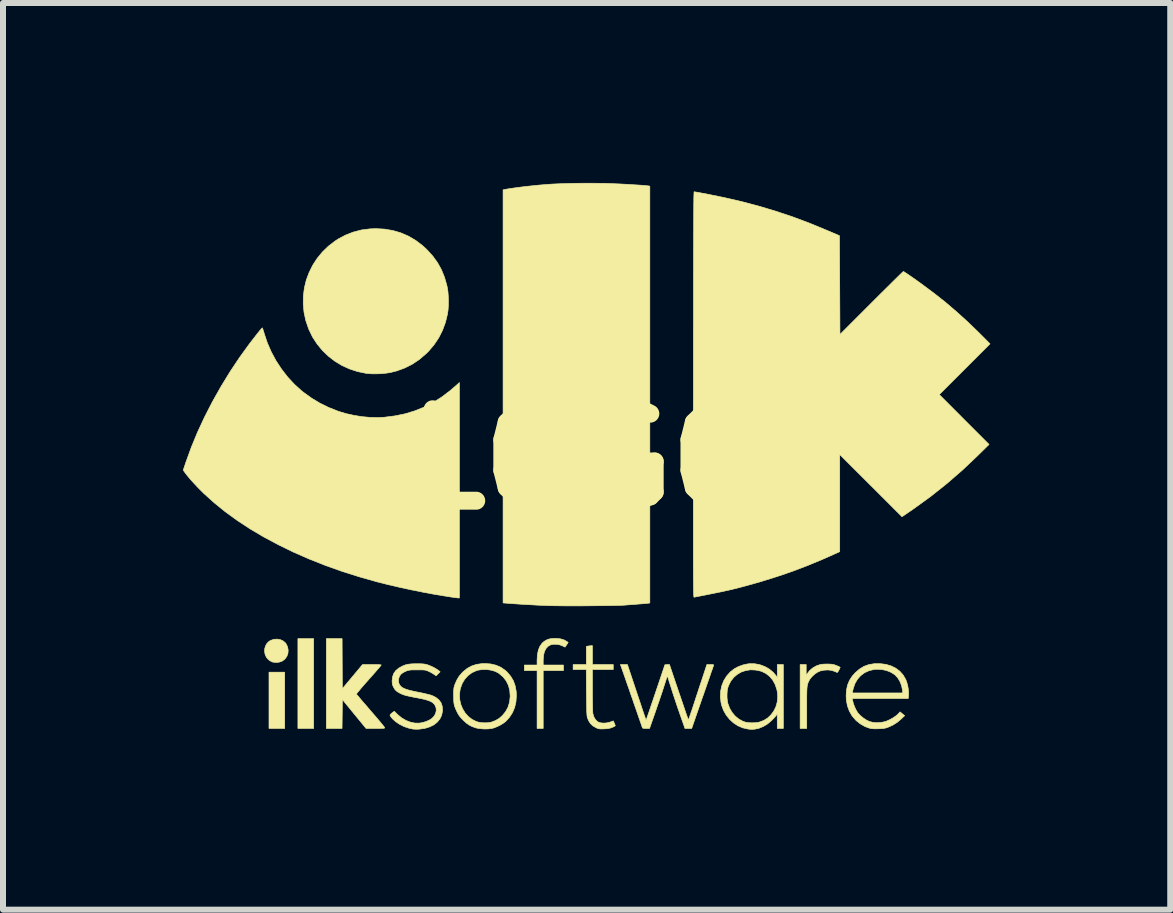
<source format=kicad_pcb>
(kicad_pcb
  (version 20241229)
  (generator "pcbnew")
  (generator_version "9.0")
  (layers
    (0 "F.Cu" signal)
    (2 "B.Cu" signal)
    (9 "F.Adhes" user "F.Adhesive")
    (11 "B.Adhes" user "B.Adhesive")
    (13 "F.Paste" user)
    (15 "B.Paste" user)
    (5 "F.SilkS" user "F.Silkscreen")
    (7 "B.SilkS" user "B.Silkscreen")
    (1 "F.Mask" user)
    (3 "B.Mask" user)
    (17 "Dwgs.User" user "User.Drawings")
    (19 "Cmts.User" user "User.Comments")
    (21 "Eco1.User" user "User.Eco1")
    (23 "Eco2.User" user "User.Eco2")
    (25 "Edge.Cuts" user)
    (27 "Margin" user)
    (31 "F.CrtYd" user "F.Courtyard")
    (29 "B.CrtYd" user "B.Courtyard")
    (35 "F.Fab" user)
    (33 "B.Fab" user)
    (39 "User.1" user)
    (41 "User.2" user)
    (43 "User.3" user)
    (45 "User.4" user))
  (footprint "LOGO"
    (layer "F.Cu")
    (at 6.777 4.609)
    (property "Reference" "LOGO" (at 0 0 0) (layer "F.SilkS") (effects (font (size 1.524 1.524) (thickness 0.3))))
    (attr through_hole)
    (fp_poly (pts (xy -5.08 4.487) (xy -5.342 4.487) (xy -5.342 3.548) (xy -5.08 3.548) (xy -5.08 4.487)) (stroke (width 0.01) (type solid)) (fill yes) (layer "F.SilkS"))
    (fp_poly (pts (xy -4.597 4.487) (xy -4.86 4.487) (xy -4.86 2.989) (xy -4.597 2.989) (xy -4.597 4.487)) (stroke (width 0.01) (type solid)) (fill yes) (layer "F.SilkS"))
    (fp_poly (pts (xy -5.156 3.005) (xy -5.109 3.026) (xy -5.07 3.058) (xy -5.055 3.078) (xy -5.031 3.13) (xy -5.022 3.183) (xy -5.026 3.236) (xy -5.044 3.285) (xy -5.074 3.327) (xy -5.115 3.36) (xy -5.124 3.365) (xy -5.174 3.382) (xy -5.228 3.387) (xy -5.28 3.38) (xy -5.304 3.371) (xy -5.349 3.342) (xy -5.383 3.304) (xy -5.405 3.259) (xy -5.415 3.211) (xy -5.414 3.161) (xy -5.401 3.113) (xy -5.377 3.07) (xy -5.341 3.034) (xy -5.314 3.019) (xy -5.263 3.001) (xy -5.209 2.997) (xy -5.156 3.005)) (stroke (width 0.01) (type solid)) (fill yes) (layer "F.SilkS"))
    (fp_poly (pts (xy -0.563 2.985) (xy -0.489 2.991) (xy -0.426 3.009) (xy -0.375 3.037) (xy -0.373 3.038) (xy -0.353 3.054) (xy -0.379 3.092) (xy -0.406 3.131) (xy -0.451 3.109) (xy -0.494 3.093) (xy -0.543 3.084) (xy -0.592 3.083) (xy -0.634 3.089) (xy -0.639 3.09) (xy -0.685 3.114) (xy -0.721 3.151) (xy -0.748 3.202) (xy -0.764 3.266) (xy -0.77 3.344) (xy -0.77 3.355) (xy -0.77 3.429) (xy -0.432 3.429) (xy -0.432 3.522) (xy -0.77 3.522) (xy -0.77 4.487) (xy -0.872 4.487) (xy -0.872 3.522) (xy -1.084 3.522) (xy -1.084 3.429) (xy -0.872 3.429) (xy -0.872 3.348) (xy -0.867 3.259) (xy -0.851 3.181) (xy -0.825 3.117) (xy -0.788 3.065) (xy -0.755 3.036) (xy -0.716 3.012) (xy -0.674 2.996) (xy -0.625 2.987) (xy -0.565 2.985) (xy -0.563 2.985)) (stroke (width 0.01) (type solid)) (fill yes) (layer "F.SilkS"))
    (fp_poly (pts (xy 3.993 3.413) (xy 4.04 3.416) (xy 4.077 3.423) (xy 4.082 3.424) (xy 4.109 3.434) (xy 4.138 3.445) (xy 4.164 3.457) (xy 4.18 3.467) (xy 4.181 3.467) (xy 4.179 3.475) (xy 4.171 3.493) (xy 4.16 3.515) (xy 4.148 3.536) (xy 4.142 3.546) (xy 4.134 3.552) (xy 4.121 3.55) (xy 4.1 3.54) (xy 4.042 3.519) (xy 3.976 3.511) (xy 3.906 3.516) (xy 3.847 3.529) (xy 3.804 3.549) (xy 3.759 3.579) (xy 3.716 3.618) (xy 3.681 3.659) (xy 3.665 3.686) (xy 3.655 3.705) (xy 3.647 3.724) (xy 3.64 3.743) (xy 3.635 3.764) (xy 3.631 3.79) (xy 3.628 3.822) (xy 3.626 3.861) (xy 3.625 3.91) (xy 3.624 3.97) (xy 3.624 4.044) (xy 3.624 4.132) (xy 3.624 4.142) (xy 3.624 4.487) (xy 3.514 4.487) (xy 3.514 3.421) (xy 3.615 3.421) (xy 3.615 3.512) (xy 3.615 3.603) (xy 3.633 3.573) (xy 3.672 3.522) (xy 3.724 3.478) (xy 3.783 3.444) (xy 3.846 3.422) (xy 3.851 3.421) (xy 3.892 3.415) (xy 3.942 3.413) (xy 3.993 3.413)) (stroke (width 0.01) (type solid)) (fill yes) (layer "F.SilkS"))
    (fp_poly (pts (xy -4.121 3.406) (xy -4.119 3.824) (xy -3.95 3.622) (xy -3.782 3.421) (xy -3.626 3.421) (xy -3.563 3.421) (xy -3.516 3.422) (xy -3.486 3.425) (xy -3.472 3.428) (xy -3.471 3.43) (xy -3.477 3.438) (xy -3.492 3.457) (xy -3.517 3.486) (xy -3.549 3.523) (xy -3.587 3.567) (xy -3.63 3.616) (xy -3.678 3.669) (xy -3.679 3.671) (xy -3.727 3.725) (xy -3.77 3.774) (xy -3.808 3.818) (xy -3.839 3.856) (xy -3.863 3.885) (xy -3.879 3.905) (xy -3.884 3.914) (xy -3.884 3.914) (xy -3.877 3.923) (xy -3.861 3.942) (xy -3.836 3.972) (xy -3.804 4.01) (xy -3.765 4.056) (xy -3.72 4.107) (xy -3.672 4.163) (xy -3.646 4.194) (xy -3.596 4.251) (xy -3.55 4.305) (xy -3.508 4.354) (xy -3.473 4.397) (xy -3.444 4.432) (xy -3.424 4.457) (xy -3.414 4.472) (xy -3.412 4.475) (xy -3.414 4.479) (xy -3.423 4.483) (xy -3.44 4.485) (xy -3.468 4.486) (xy -3.507 4.487) (xy -3.562 4.487) (xy -3.567 4.487) (xy -3.723 4.487) (xy -3.921 4.246) (xy -4.119 4.004) (xy -4.121 4.246) (xy -4.124 4.487) (xy -4.386 4.487) (xy -4.386 2.989) (xy -4.123 2.989) (xy -4.121 3.406)) (stroke (width 0.01) (type solid)) (fill yes) (layer "F.SilkS"))
    (fp_poly (pts (xy 0.051 3.421) (xy 0.398 3.421) (xy 0.398 3.505) (xy 0.051 3.505) (xy 0.051 3.851) (xy 0.051 3.934) (xy 0.052 4.01) (xy 0.053 4.079) (xy 0.054 4.139) (xy 0.055 4.187) (xy 0.057 4.222) (xy 0.059 4.242) (xy 0.059 4.243) (xy 0.075 4.294) (xy 0.1 4.337) (xy 0.132 4.37) (xy 0.148 4.38) (xy 0.188 4.393) (xy 0.237 4.398) (xy 0.29 4.394) (xy 0.341 4.382) (xy 0.35 4.379) (xy 0.399 4.361) (xy 0.415 4.397) (xy 0.425 4.42) (xy 0.431 4.437) (xy 0.432 4.441) (xy 0.424 4.448) (xy 0.405 4.459) (xy 0.379 4.47) (xy 0.344 4.482) (xy 0.308 4.489) (xy 0.264 4.493) (xy 0.241 4.494) (xy 0.201 4.495) (xy 0.172 4.494) (xy 0.15 4.49) (xy 0.129 4.483) (xy 0.11 4.474) (xy 0.057 4.443) (xy 0.017 4.405) (xy -0.014 4.356) (xy -0.031 4.313) (xy -0.035 4.301) (xy -0.038 4.286) (xy -0.04 4.267) (xy -0.042 4.241) (xy -0.044 4.208) (xy -0.045 4.165) (xy -0.046 4.112) (xy -0.047 4.046) (xy -0.048 3.966) (xy -0.049 3.888) (xy -0.052 3.505) (xy -0.271 3.505) (xy -0.271 3.421) (xy -0.051 3.421) (xy -0.051 3.118) (xy -0.019 3.113) (xy 0.007 3.109) (xy 0.03 3.107) (xy 0.032 3.107) (xy 0.051 3.107) (xy 0.051 3.421)) (stroke (width 0.01) (type solid)) (fill yes) (layer "F.SilkS"))
    (fp_poly (pts (xy -3.415 -3.839) (xy -3.275 -3.815) (xy -3.142 -3.776) (xy -3.015 -3.721) (xy -2.895 -3.65) (xy -2.781 -3.564) (xy -2.705 -3.493) (xy -2.611 -3.389) (xy -2.532 -3.28) (xy -2.467 -3.163) (xy -2.416 -3.038) (xy -2.377 -2.902) (xy -2.37 -2.87) (xy -2.359 -2.805) (xy -2.353 -2.728) (xy -2.35 -2.647) (xy -2.351 -2.566) (xy -2.356 -2.491) (xy -2.365 -2.426) (xy -2.365 -2.426) (xy -2.4 -2.283) (xy -2.449 -2.151) (xy -2.511 -2.028) (xy -2.587 -1.914) (xy -2.678 -1.806) (xy -2.728 -1.757) (xy -2.836 -1.665) (xy -2.954 -1.586) (xy -3.08 -1.523) (xy -3.214 -1.474) (xy -3.322 -1.447) (xy -3.389 -1.437) (xy -3.466 -1.429) (xy -3.546 -1.426) (xy -3.624 -1.426) (xy -3.695 -1.431) (xy -3.721 -1.434) (xy -3.862 -1.463) (xy -3.996 -1.506) (xy -4.124 -1.564) (xy -4.243 -1.636) (xy -4.352 -1.72) (xy -4.451 -1.815) (xy -4.539 -1.922) (xy -4.615 -2.038) (xy -4.676 -2.164) (xy -4.683 -2.181) (xy -4.729 -2.316) (xy -4.758 -2.452) (xy -4.771 -2.589) (xy -4.769 -2.725) (xy -4.752 -2.859) (xy -4.72 -2.99) (xy -4.673 -3.116) (xy -4.613 -3.237) (xy -4.539 -3.351) (xy -4.452 -3.457) (xy -4.352 -3.554) (xy -4.24 -3.64) (xy -4.187 -3.675) (xy -4.064 -3.74) (xy -3.935 -3.79) (xy -3.8 -3.825) (xy -3.659 -3.843) (xy -3.56 -3.847) (xy -3.415 -3.839)) (stroke (width 0.01) (type solid)) (fill yes) (layer "F.SilkS"))
    (fp_poly (pts (xy 0.148 -4.603) (xy 0.253 -4.602) (xy 0.348 -4.599) (xy 0.363 -4.598) (xy 0.433 -4.595) (xy 0.507 -4.592) (xy 0.582 -4.588) (xy 0.658 -4.584) (xy 0.731 -4.579) (xy 0.799 -4.575) (xy 0.86 -4.571) (xy 0.912 -4.567) (xy 0.953 -4.563) (xy 0.98 -4.56) (xy 0.988 -4.559) (xy 1.008 -4.555) (xy 1.008 2.395) (xy 0.976 2.399) (xy 0.965 2.401) (xy 0.951 2.402) (xy 0.932 2.404) (xy 0.906 2.406) (xy 0.872 2.409) (xy 0.828 2.412) (xy 0.773 2.417) (xy 0.705 2.422) (xy 0.621 2.428) (xy 0.588 2.431) (xy 0.552 2.433) (xy 0.5 2.435) (xy 0.436 2.436) (xy 0.36 2.438) (xy 0.276 2.439) (xy 0.184 2.44) (xy 0.087 2.441) (xy -0.013 2.442) (xy -0.114 2.443) (xy -0.215 2.443) (xy -0.312 2.443) (xy -0.405 2.443) (xy -0.492 2.442) (xy -0.569 2.441) (xy -0.636 2.44) (xy -0.691 2.439) (xy -0.699 2.438) (xy -0.768 2.435) (xy -0.848 2.432) (xy -0.936 2.427) (xy -1.028 2.422) (xy -1.119 2.417) (xy -1.206 2.411) (xy -1.285 2.406) (xy -1.352 2.401) (xy -1.374 2.399) (xy -1.439 2.394) (xy -1.439 -4.494) (xy -1.416 -4.499) (xy -1.366 -4.508) (xy -1.302 -4.518) (xy -1.226 -4.529) (xy -1.141 -4.54) (xy -1.05 -4.551) (xy -0.956 -4.561) (xy -0.86 -4.571) (xy -0.765 -4.579) (xy -0.694 -4.585) (xy -0.617 -4.59) (xy -0.525 -4.594) (xy -0.423 -4.598) (xy -0.313 -4.601) (xy -0.197 -4.603) (xy -0.08 -4.604) (xy 0.036 -4.604) (xy 0.148 -4.603)) (stroke (width 0.01) (type solid)) (fill yes) (layer "F.SilkS"))
    (fp_poly (pts (xy -5.45 -2.185) (xy -5.442 -2.164) (xy -5.432 -2.133) (xy -5.421 -2.096) (xy -5.421 -2.096) (xy -5.37 -1.943) (xy -5.304 -1.792) (xy -5.225 -1.645) (xy -5.133 -1.505) (xy -5.031 -1.373) (xy -4.919 -1.252) (xy -4.8 -1.144) (xy -4.767 -1.118) (xy -4.631 -1.02) (xy -4.493 -0.937) (xy -4.349 -0.866) (xy -4.195 -0.805) (xy -4.181 -0.8) (xy -4.059 -0.763) (xy -3.927 -0.734) (xy -3.792 -0.712) (xy -3.657 -0.7) (xy -3.527 -0.697) (xy -3.421 -0.702) (xy -3.241 -0.725) (xy -3.071 -0.76) (xy -2.91 -0.809) (xy -2.755 -0.871) (xy -2.606 -0.948) (xy -2.461 -1.04) (xy -2.319 -1.148) (xy -2.22 -1.233) (xy -2.167 -1.281) (xy -2.167 2.311) (xy -2.191 2.311) (xy -2.206 2.309) (xy -2.236 2.305) (xy -2.275 2.3) (xy -2.322 2.293) (xy -2.366 2.286) (xy -2.558 2.255) (xy -2.759 2.218) (xy -2.964 2.177) (xy -3.167 2.133) (xy -3.364 2.087) (xy -3.535 2.044) (xy -3.832 1.96) (xy -4.121 1.869) (xy -4.402 1.769) (xy -4.674 1.661) (xy -4.936 1.546) (xy -5.188 1.423) (xy -5.428 1.295) (xy -5.656 1.16) (xy -5.871 1.019) (xy -6.072 0.873) (xy -6.258 0.722) (xy -6.43 0.567) (xy -6.524 0.473) (xy -6.594 0.398) (xy -6.654 0.332) (xy -6.703 0.273) (xy -6.738 0.228) (xy -6.772 0.18) (xy -6.727 0.046) (xy -6.637 -0.202) (xy -6.533 -0.454) (xy -6.415 -0.708) (xy -6.285 -0.961) (xy -6.143 -1.213) (xy -5.992 -1.46) (xy -5.832 -1.7) (xy -5.664 -1.932) (xy -5.552 -2.076) (xy -5.522 -2.114) (xy -5.495 -2.147) (xy -5.474 -2.172) (xy -5.459 -2.188) (xy -5.454 -2.193) (xy -5.45 -2.185)) (stroke (width 0.01) (type solid)) (fill yes) (layer "F.SilkS"))
    (fp_poly (pts (xy 2.759 3.408) (xy 2.843 3.424) (xy 2.924 3.454) (xy 2.999 3.496) (xy 3.064 3.55) (xy 3.109 3.602) (xy 3.133 3.635) (xy 3.133 3.421) (xy 3.234 3.421) (xy 3.234 4.487) (xy 3.133 4.487) (xy 3.132 4.246) (xy 3.114 4.271) (xy 3.1 4.288) (xy 3.078 4.313) (xy 3.051 4.341) (xy 3.034 4.358) (xy 2.97 4.412) (xy 2.9 4.454) (xy 2.827 4.484) (xy 2.777 4.495) (xy 2.746 4.5) (xy 2.722 4.502) (xy 2.699 4.502) (xy 2.671 4.5) (xy 2.637 4.495) (xy 2.554 4.476) (xy 2.474 4.441) (xy 2.401 4.393) (xy 2.336 4.333) (xy 2.281 4.264) (xy 2.236 4.185) (xy 2.205 4.1) (xy 2.194 4.052) (xy 2.184 3.954) (xy 2.186 3.911) (xy 2.295 3.911) (xy 2.295 3.971) (xy 2.301 4.028) (xy 2.31 4.073) (xy 2.339 4.15) (xy 2.38 4.22) (xy 2.431 4.28) (xy 2.491 4.33) (xy 2.557 4.366) (xy 2.599 4.381) (xy 2.65 4.39) (xy 2.708 4.393) (xy 2.768 4.391) (xy 2.821 4.384) (xy 2.832 4.381) (xy 2.906 4.354) (xy 2.972 4.313) (xy 3.028 4.26) (xy 3.074 4.197) (xy 3.109 4.127) (xy 3.131 4.05) (xy 3.14 3.968) (xy 3.135 3.884) (xy 3.124 3.832) (xy 3.096 3.751) (xy 3.056 3.679) (xy 3.005 3.619) (xy 2.944 3.571) (xy 2.876 3.537) (xy 2.858 3.531) (xy 2.772 3.513) (xy 2.688 3.509) (xy 2.608 3.521) (xy 2.533 3.546) (xy 2.466 3.585) (xy 2.407 3.635) (xy 2.358 3.698) (xy 2.321 3.771) (xy 2.308 3.809) (xy 2.299 3.855) (xy 2.295 3.911) (xy 2.186 3.911) (xy 2.189 3.86) (xy 2.209 3.77) (xy 2.243 3.686) (xy 2.291 3.61) (xy 2.351 3.543) (xy 2.421 3.489) (xy 2.486 3.455) (xy 2.56 3.428) (xy 2.637 3.411) (xy 2.673 3.407) (xy 2.759 3.408)) (stroke (width 0.01) (type solid)) (fill yes) (layer "F.SilkS"))
    (fp_poly (pts (xy 4.943 3.418) (xy 5.031 3.444) (xy 5.108 3.482) (xy 5.176 3.533) (xy 5.231 3.595) (xy 5.275 3.67) (xy 5.276 3.673) (xy 5.293 3.719) (xy 5.308 3.775) (xy 5.318 3.833) (xy 5.323 3.889) (xy 5.322 3.935) (xy 5.322 3.94) (xy 5.316 3.988) (xy 4.384 3.988) (xy 4.39 4.024) (xy 4.402 4.072) (xy 4.422 4.126) (xy 4.447 4.179) (xy 4.474 4.223) (xy 4.478 4.229) (xy 4.517 4.271) (xy 4.567 4.312) (xy 4.621 4.348) (xy 4.671 4.371) (xy 4.728 4.386) (xy 4.793 4.391) (xy 4.861 4.387) (xy 4.926 4.374) (xy 4.953 4.365) (xy 5.003 4.343) (xy 5.055 4.315) (xy 5.102 4.284) (xy 5.14 4.253) (xy 5.154 4.238) (xy 5.18 4.21) (xy 5.257 4.274) (xy 5.204 4.324) (xy 5.133 4.385) (xy 5.057 4.432) (xy 4.989 4.463) (xy 4.958 4.475) (xy 4.93 4.482) (xy 4.901 4.487) (xy 4.865 4.49) (xy 4.822 4.492) (xy 4.754 4.493) (xy 4.701 4.489) (xy 4.675 4.484) (xy 4.595 4.455) (xy 4.519 4.412) (xy 4.449 4.356) (xy 4.442 4.349) (xy 4.38 4.277) (xy 4.334 4.197) (xy 4.302 4.109) (xy 4.284 4.013) (xy 4.281 3.941) (xy 4.284 3.895) (xy 4.384 3.895) (xy 5.226 3.895) (xy 5.22 3.846) (xy 5.205 3.772) (xy 5.178 3.704) (xy 5.142 3.644) (xy 5.098 3.596) (xy 5.086 3.587) (xy 5.023 3.548) (xy 4.951 3.52) (xy 4.872 3.504) (xy 4.793 3.5) (xy 4.745 3.504) (xy 4.662 3.524) (xy 4.588 3.558) (xy 4.524 3.606) (xy 4.471 3.665) (xy 4.429 3.737) (xy 4.4 3.82) (xy 4.39 3.864) (xy 4.384 3.895) (xy 4.284 3.895) (xy 4.287 3.847) (xy 4.305 3.762) (xy 4.337 3.685) (xy 4.383 3.614) (xy 4.436 3.555) (xy 4.505 3.496) (xy 4.579 3.451) (xy 4.66 3.422) (xy 4.749 3.407) (xy 4.846 3.406) (xy 4.943 3.418)) (stroke (width 0.01) (type solid)) (fill yes) (layer "F.SilkS"))
    (fp_poly (pts (xy -1.646 3.411) (xy -1.557 3.432) (xy -1.476 3.467) (xy -1.403 3.518) (xy -1.371 3.547) (xy -1.312 3.617) (xy -1.267 3.692) (xy -1.237 3.776) (xy -1.22 3.868) (xy -1.217 3.941) (xy -1.224 4.043) (xy -1.246 4.138) (xy -1.283 4.225) (xy -1.333 4.302) (xy -1.396 4.371) (xy -1.403 4.376) (xy -1.441 4.404) (xy -1.489 4.433) (xy -1.541 4.458) (xy -1.591 4.477) (xy -1.624 4.487) (xy -1.682 4.494) (xy -1.748 4.496) (xy -1.814 4.491) (xy -1.874 4.482) (xy -1.897 4.476) (xy -1.953 4.456) (xy -2.001 4.432) (xy -2.048 4.4) (xy -2.096 4.357) (xy -2.109 4.344) (xy -2.145 4.306) (xy -2.172 4.272) (xy -2.194 4.235) (xy -2.208 4.208) (xy -2.229 4.163) (xy -2.244 4.125) (xy -2.254 4.09) (xy -2.26 4.053) (xy -2.263 4.01) (xy -2.264 3.955) (xy -2.264 3.937) (xy -2.264 3.927) (xy -2.166 3.927) (xy -2.161 4.009) (xy -2.143 4.088) (xy -2.112 4.162) (xy -2.07 4.23) (xy -2.018 4.288) (xy -1.957 4.335) (xy -1.888 4.37) (xy -1.853 4.381) (xy -1.803 4.39) (xy -1.745 4.393) (xy -1.688 4.391) (xy -1.639 4.382) (xy -1.633 4.381) (xy -1.566 4.355) (xy -1.507 4.321) (xy -1.452 4.273) (xy -1.45 4.271) (xy -1.396 4.205) (xy -1.356 4.131) (xy -1.331 4.048) (xy -1.321 3.958) (xy -1.321 3.941) (xy -1.328 3.851) (xy -1.35 3.768) (xy -1.387 3.694) (xy -1.438 3.628) (xy -1.504 3.572) (xy -1.516 3.563) (xy -1.57 3.535) (xy -1.635 3.516) (xy -1.705 3.505) (xy -1.777 3.504) (xy -1.845 3.513) (xy -1.881 3.522) (xy -1.956 3.556) (xy -2.022 3.604) (xy -2.076 3.663) (xy -2.119 3.734) (xy -2.149 3.815) (xy -2.156 3.844) (xy -2.166 3.927) (xy -2.264 3.927) (xy -2.264 3.887) (xy -2.263 3.849) (xy -2.26 3.821) (xy -2.256 3.796) (xy -2.249 3.772) (xy -2.242 3.752) (xy -2.21 3.679) (xy -2.172 3.616) (xy -2.122 3.558) (xy -2.104 3.54) (xy -2.036 3.485) (xy -1.963 3.445) (xy -1.884 3.419) (xy -1.795 3.406) (xy -1.743 3.404) (xy -1.646 3.411)) (stroke (width 0.01) (type solid)) (fill yes) (layer "F.SilkS"))
    (fp_poly (pts (xy 1.491 3.882) (xy 1.52 3.966) (xy 1.547 4.045) (xy 1.572 4.119) (xy 1.594 4.184) (xy 1.613 4.24) (xy 1.629 4.285) (xy 1.641 4.318) (xy 1.649 4.338) (xy 1.651 4.343) (xy 1.655 4.336) (xy 1.663 4.314) (xy 1.675 4.281) (xy 1.689 4.239) (xy 1.706 4.191) (xy 1.712 4.172) (xy 1.729 4.121) (xy 1.75 4.057) (xy 1.773 3.985) (xy 1.799 3.907) (xy 1.825 3.827) (xy 1.851 3.748) (xy 1.864 3.711) (xy 1.959 3.421) (xy 2.018 3.421) (xy 2.05 3.421) (xy 2.068 3.424) (xy 2.073 3.43) (xy 2.072 3.431) (xy 2.069 3.441) (xy 2.061 3.465) (xy 2.048 3.503) (xy 2.03 3.552) (xy 2.01 3.612) (xy 1.986 3.681) (xy 1.959 3.758) (xy 1.93 3.842) (xy 1.899 3.931) (xy 1.887 3.964) (xy 1.706 4.487) (xy 1.65 4.487) (xy 1.593 4.487) (xy 1.581 4.451) (xy 1.575 4.433) (xy 1.564 4.402) (xy 1.549 4.36) (xy 1.532 4.31) (xy 1.512 4.255) (xy 1.499 4.216) (xy 1.474 4.145) (xy 1.447 4.065) (xy 1.419 3.98) (xy 1.392 3.899) (xy 1.369 3.826) (xy 1.367 3.818) (xy 1.349 3.763) (xy 1.333 3.713) (xy 1.32 3.671) (xy 1.31 3.639) (xy 1.303 3.619) (xy 1.301 3.613) (xy 1.298 3.618) (xy 1.291 3.638) (xy 1.281 3.668) (xy 1.268 3.709) (xy 1.253 3.755) (xy 1.251 3.761) (xy 1.236 3.808) (xy 1.217 3.867) (xy 1.194 3.935) (xy 1.169 4.01) (xy 1.142 4.087) (xy 1.116 4.163) (xy 1.103 4.202) (xy 1.003 4.487) (xy 0.946 4.487) (xy 0.909 4.486) (xy 0.889 4.481) (xy 0.885 4.477) (xy 0.881 4.467) (xy 0.873 4.443) (xy 0.86 4.405) (xy 0.843 4.356) (xy 0.822 4.297) (xy 0.799 4.229) (xy 0.773 4.154) (xy 0.744 4.072) (xy 0.72 4) (xy 0.689 3.914) (xy 0.661 3.83) (xy 0.633 3.752) (xy 0.608 3.68) (xy 0.586 3.616) (xy 0.567 3.562) (xy 0.552 3.519) (xy 0.542 3.49) (xy 0.538 3.478) (xy 0.517 3.421) (xy 0.634 3.421) (xy 0.789 3.886) (xy 0.817 3.97) (xy 0.844 4.05) (xy 0.868 4.123) (xy 0.89 4.189) (xy 0.909 4.245) (xy 0.925 4.29) (xy 0.937 4.324) (xy 0.944 4.343) (xy 0.946 4.349) (xy 0.949 4.34) (xy 0.957 4.318) (xy 0.969 4.282) (xy 0.986 4.234) (xy 1.006 4.176) (xy 1.028 4.109) (xy 1.054 4.034) (xy 1.081 3.953) (xy 1.104 3.886) (xy 1.259 3.425) (xy 1.297 3.422) (xy 1.335 3.42) (xy 1.491 3.882)) (stroke (width 0.01) (type solid)) (fill yes) (layer "F.SilkS"))
    (fp_poly (pts (xy -2.822 3.408) (xy -2.779 3.41) (xy -2.745 3.414) (xy -2.717 3.42) (xy -2.705 3.423) (xy -2.65 3.444) (xy -2.594 3.47) (xy -2.545 3.499) (xy -2.52 3.516) (xy -2.488 3.542) (xy -2.555 3.609) (xy -2.595 3.582) (xy -2.625 3.563) (xy -2.662 3.543) (xy -2.687 3.532) (xy -2.708 3.523) (xy -2.727 3.517) (xy -2.748 3.513) (xy -2.774 3.511) (xy -2.808 3.51) (xy -2.855 3.51) (xy -2.87 3.51) (xy -2.924 3.51) (xy -2.964 3.511) (xy -2.994 3.514) (xy -3.018 3.518) (xy -3.038 3.523) (xy -3.044 3.526) (xy -3.099 3.551) (xy -3.139 3.58) (xy -3.165 3.614) (xy -3.179 3.654) (xy -3.182 3.675) (xy -3.18 3.721) (xy -3.166 3.758) (xy -3.139 3.789) (xy -3.13 3.797) (xy -3.108 3.811) (xy -3.08 3.824) (xy -3.045 3.837) (xy -3 3.85) (xy -2.943 3.864) (xy -2.872 3.879) (xy -2.836 3.886) (xy -2.782 3.897) (xy -2.73 3.909) (xy -2.685 3.92) (xy -2.649 3.929) (xy -2.626 3.937) (xy -2.625 3.937) (xy -2.56 3.969) (xy -2.51 4.009) (xy -2.474 4.057) (xy -2.454 4.114) (xy -2.448 4.178) (xy -2.45 4.204) (xy -2.464 4.27) (xy -2.493 4.329) (xy -2.536 4.381) (xy -2.591 4.425) (xy -2.659 4.459) (xy -2.737 4.484) (xy -2.825 4.497) (xy -2.841 4.499) (xy -2.88 4.5) (xy -2.92 4.499) (xy -2.947 4.496) (xy -3.019 4.48) (xy -3.093 4.454) (xy -3.164 4.418) (xy -3.228 4.375) (xy -3.281 4.328) (xy -3.311 4.292) (xy -3.322 4.274) (xy -3.324 4.264) (xy -3.317 4.252) (xy -3.313 4.249) (xy -3.295 4.231) (xy -3.275 4.216) (xy -3.253 4.2) (xy -3.194 4.258) (xy -3.131 4.31) (xy -3.06 4.352) (xy -2.986 4.381) (xy -2.911 4.397) (xy -2.838 4.398) (xy -2.833 4.398) (xy -2.779 4.388) (xy -2.723 4.371) (xy -2.672 4.349) (xy -2.631 4.324) (xy -2.627 4.321) (xy -2.588 4.281) (xy -2.564 4.236) (xy -2.553 4.188) (xy -2.557 4.141) (xy -2.576 4.097) (xy -2.591 4.078) (xy -2.614 4.056) (xy -2.645 4.037) (xy -2.686 4.021) (xy -2.738 4.005) (xy -2.803 3.99) (xy -2.858 3.979) (xy -2.929 3.966) (xy -2.986 3.954) (xy -3.032 3.944) (xy -3.069 3.935) (xy -3.099 3.925) (xy -3.126 3.915) (xy -3.151 3.903) (xy -3.154 3.902) (xy -3.195 3.879) (xy -3.224 3.857) (xy -3.247 3.831) (xy -3.266 3.797) (xy -3.279 3.769) (xy -3.286 3.741) (xy -3.289 3.706) (xy -3.289 3.691) (xy -3.282 3.626) (xy -3.262 3.57) (xy -3.227 3.521) (xy -3.177 3.48) (xy -3.134 3.456) (xy -3.095 3.437) (xy -3.058 3.424) (xy -3.021 3.416) (xy -2.977 3.411) (xy -2.924 3.408) (xy -2.879 3.408) (xy -2.822 3.408)) (stroke (width 0.01) (type solid)) (fill yes) (layer "F.SilkS"))
    (fp_poly (pts (xy 1.758 -4.46) (xy 1.783 -4.456) (xy 1.82 -4.45) (xy 1.865 -4.441) (xy 1.917 -4.432) (xy 1.939 -4.428) (xy 2.252 -4.364) (xy 2.551 -4.295) (xy 2.84 -4.218) (xy 3.122 -4.133) (xy 3.399 -4.04) (xy 3.674 -3.937) (xy 3.945 -3.825) (xy 4.17 -3.729) (xy 4.174 -2.906) (xy 4.178 -2.083) (xy 4.703 -2.608) (xy 4.781 -2.686) (xy 4.856 -2.761) (xy 4.927 -2.831) (xy 4.993 -2.896) (xy 5.052 -2.955) (xy 5.105 -3.007) (xy 5.15 -3.051) (xy 5.186 -3.087) (xy 5.213 -3.113) (xy 5.23 -3.128) (xy 5.235 -3.133) (xy 5.245 -3.128) (xy 5.267 -3.114) (xy 5.299 -3.093) (xy 5.339 -3.066) (xy 5.386 -3.033) (xy 5.438 -2.997) (xy 5.492 -2.958) (xy 5.549 -2.917) (xy 5.554 -2.913) (xy 5.751 -2.766) (xy 5.936 -2.62) (xy 6.113 -2.469) (xy 6.288 -2.311) (xy 6.463 -2.143) (xy 6.53 -2.077) (xy 6.68 -1.926) (xy 5.834 -1.08) (xy 6.249 -0.664) (xy 6.664 -0.249) (xy 6.479 -0.067) (xy 6.222 0.177) (xy 5.958 0.406) (xy 5.686 0.622) (xy 5.404 0.826) (xy 5.334 0.874) (xy 5.212 0.957) (xy 4.693 0.438) (xy 4.174 -0.08) (xy 4.174 1.539) (xy 4.066 1.588) (xy 3.86 1.679) (xy 3.659 1.762) (xy 3.46 1.839) (xy 3.259 1.911) (xy 3.052 1.979) (xy 2.837 2.045) (xy 2.609 2.109) (xy 2.553 2.124) (xy 2.45 2.151) (xy 2.332 2.179) (xy 2.201 2.208) (xy 2.058 2.237) (xy 1.943 2.26) (xy 1.889 2.271) (xy 1.841 2.28) (xy 1.8 2.288) (xy 1.769 2.294) (xy 1.751 2.298) (xy 1.748 2.298) (xy 1.747 2.299) (xy 1.746 2.298) (xy 1.744 2.297) (xy 1.743 2.294) (xy 1.742 2.289) (xy 1.741 2.282) (xy 1.74 2.272) (xy 1.739 2.258) (xy 1.738 2.24) (xy 1.738 2.218) (xy 1.737 2.191) (xy 1.736 2.159) (xy 1.736 2.121) (xy 1.735 2.076) (xy 1.735 2.024) (xy 1.734 1.965) (xy 1.734 1.898) (xy 1.734 1.823) (xy 1.733 1.739) (xy 1.733 1.646) (xy 1.733 1.543) (xy 1.733 1.429) (xy 1.733 1.305) (xy 1.733 1.17) (xy 1.733 1.022) (xy 1.733 0.863) (xy 1.733 0.69) (xy 1.733 0.505) (xy 1.733 0.306) (xy 1.733 0.092) (xy 1.733 -0.136) (xy 1.733 -0.379) (xy 1.733 -0.638) (xy 1.733 -0.913) (xy 1.734 -1.08) (xy 1.734 -1.373) (xy 1.734 -1.65) (xy 1.734 -1.911) (xy 1.734 -2.156) (xy 1.735 -2.386) (xy 1.735 -2.601) (xy 1.735 -2.801) (xy 1.735 -2.988) (xy 1.736 -3.162) (xy 1.736 -3.322) (xy 1.736 -3.469) (xy 1.737 -3.605) (xy 1.737 -3.728) (xy 1.738 -3.841) (xy 1.738 -3.942) (xy 1.739 -4.033) (xy 1.739 -4.113) (xy 1.74 -4.185) (xy 1.74 -4.246) (xy 1.741 -4.3) (xy 1.741 -4.344) (xy 1.742 -4.381) (xy 1.743 -4.411) (xy 1.744 -4.433) (xy 1.745 -4.449) (xy 1.745 -4.458) (xy 1.746 -4.462) (xy 1.747 -4.462) (xy 1.758 -4.46)) (stroke (width 0.01) (type solid)) (fill yes) (layer "F.SilkS")))
  (gr_rect
    (start -3 -3)
    (end 16.462 12.117)
    (stroke (width 0.1) (type default))
    (fill no)
    (layer "Edge.Cuts")))
</source>
